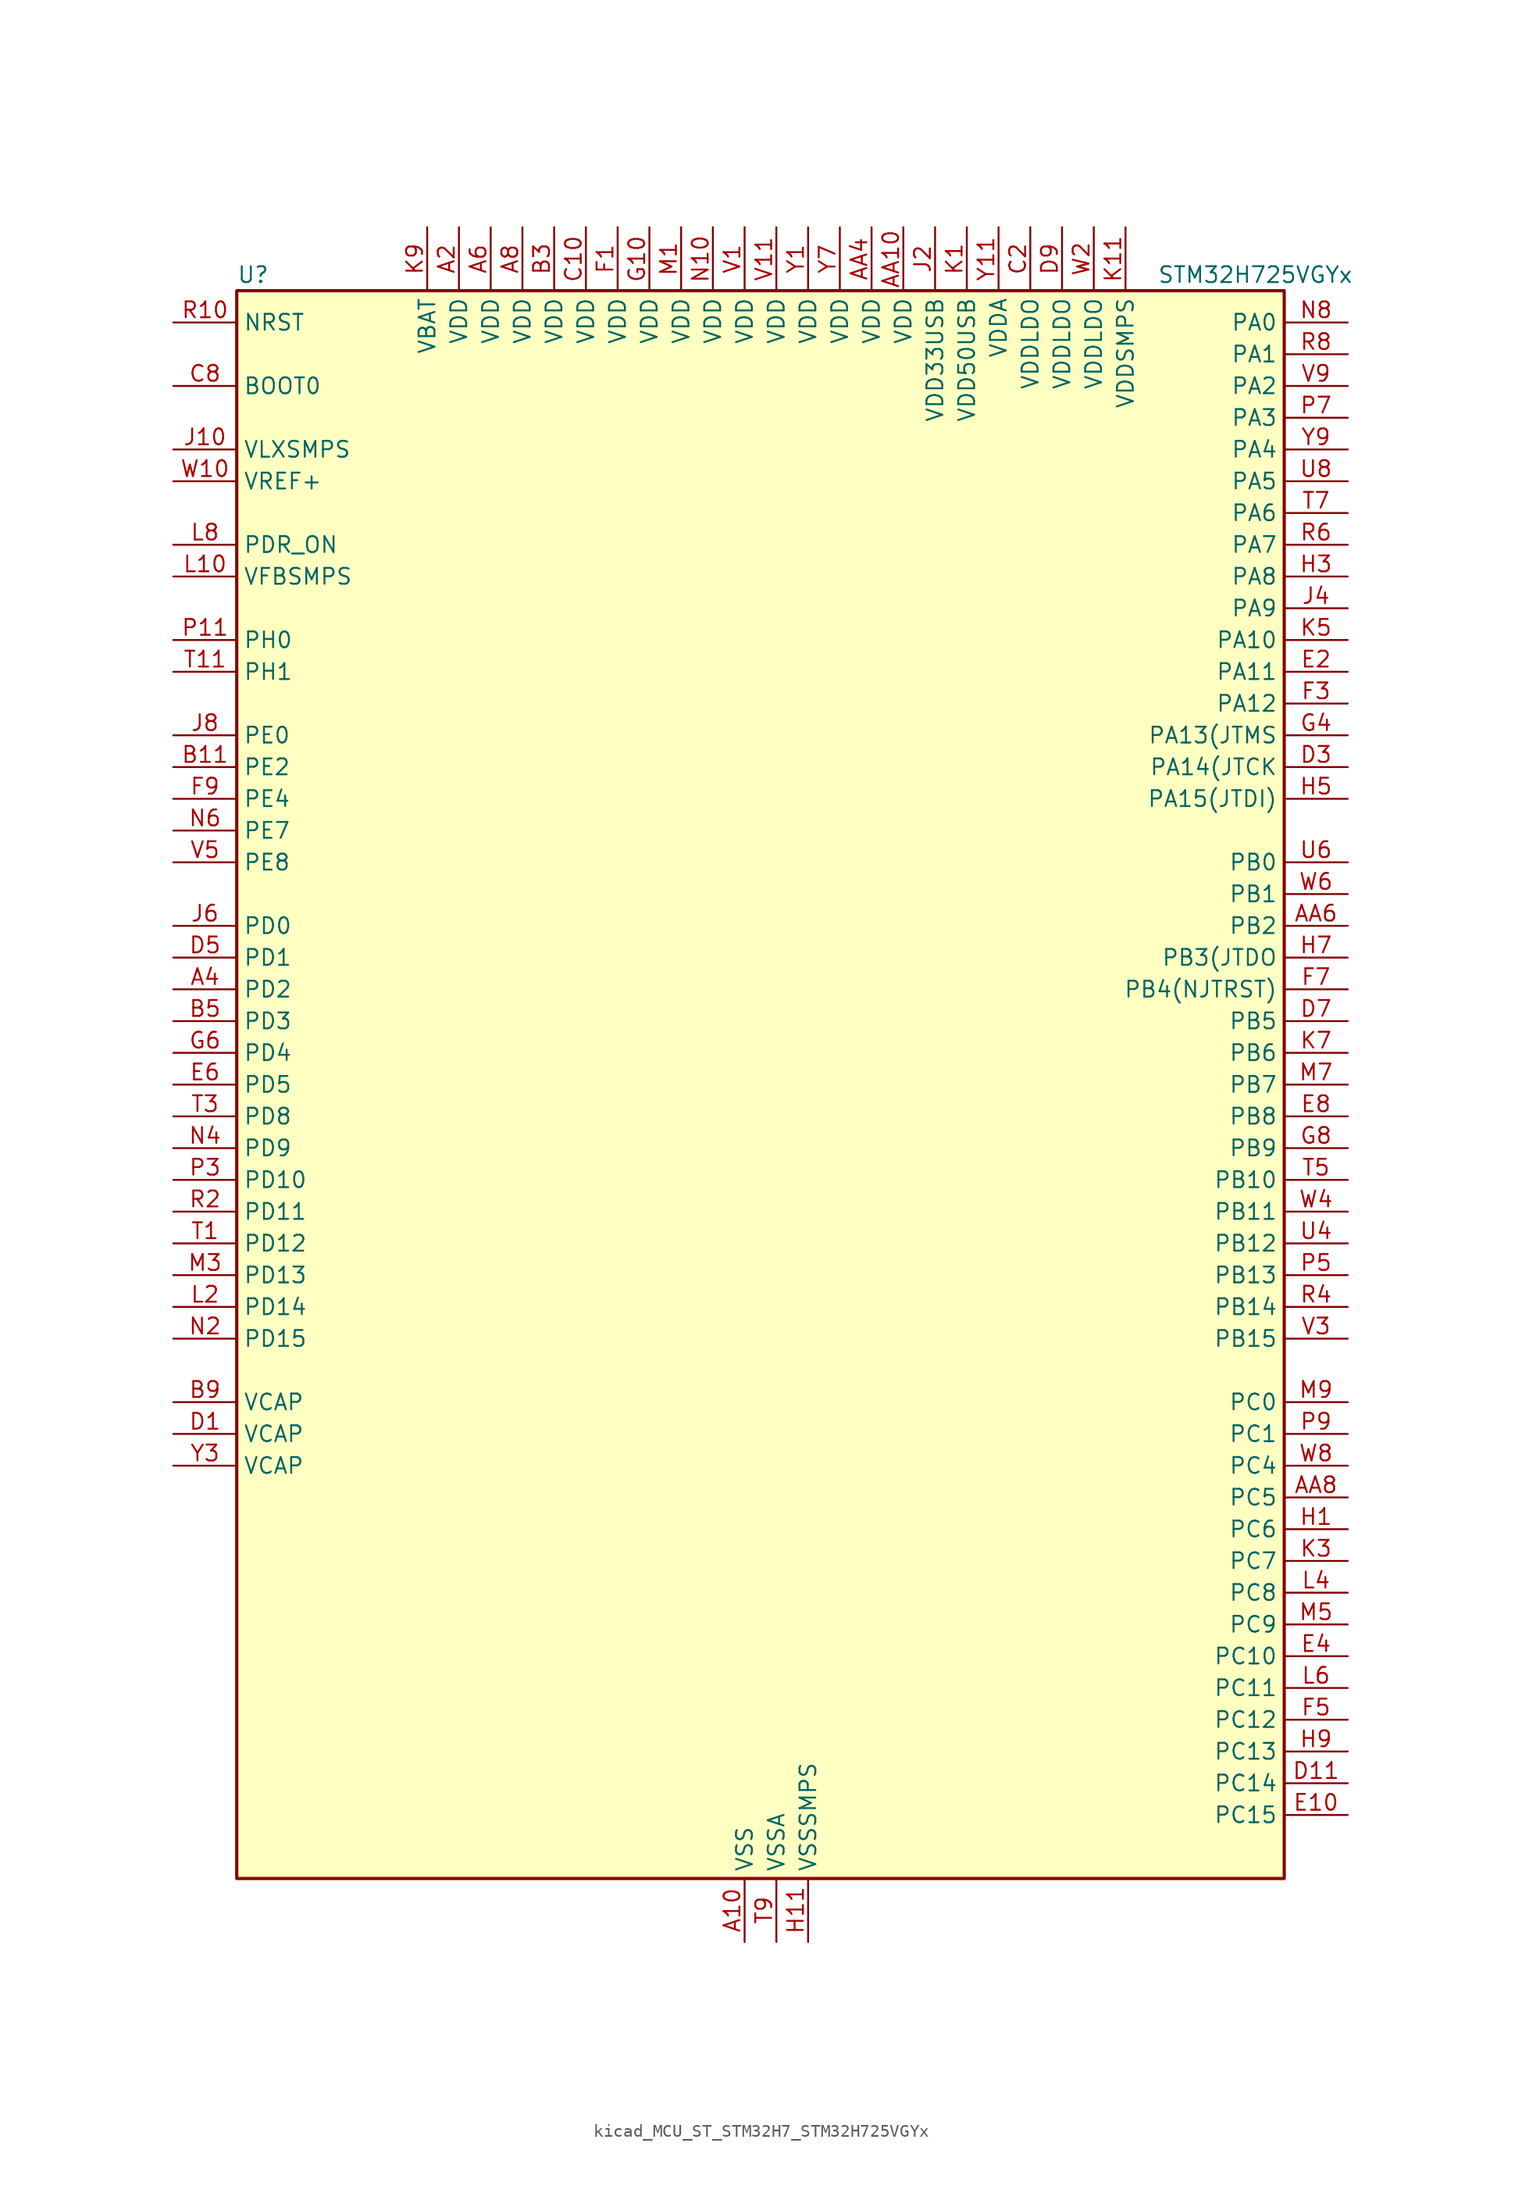
<source format=kicad_sym>
(kicad_symbol_lib
  (version 20220914)
  (generator kicad_symbol_editor)
  (symbol "kicad_MCU_ST_STM32H7_STM32H725VGYx"
    (property "Reference" "U"
      (at -40.64 64.77 0)
      (effects (font (size 1.27 1.27)) (justify left)))
    (property "Value" "STM32H725VGYx"
      (at 33.02 64.77 0)
      (effects (font (size 1.27 1.27)) (justify left)))
    (property "ki_locked" ""
      (at 0 0 0)
      (effects (font (size 1.27 1.27))))
    (symbol "kicad_MCU_ST_STM32H7_STM32H725VGYx_0_1"
      (rectangle (start -40.64 -63.5) (end 43.18 63.5) (stroke (width 0.254) (type default)) (fill (type background))))
    (symbol "kicad_MCU_ST_STM32H7_STM32H725VGYx_1_1"
      (pin power_in line (at 0 -68.58 90) (length 5.08) (name "VSS" (effects (font (size 1.27 1.27)))) (number "A10" (effects (font (size 1.27 1.27)))))
      (pin power_in line (at -22.86 68.58 270) (length 5.08) (name "VDD" (effects (font (size 1.27 1.27)))) (number "A2" (effects (font (size 1.27 1.27)))))
      (pin bidirectional line (at -45.72 7.62 0) (length 5.08) (name "PD2" (effects (font (size 1.27 1.27)))) (number "A4" (effects (font (size 1.27 1.27)))) (alternate "DCMI_D11" bidirectional line) (alternate "DEBUG_TRACED2" bidirectional line) (alternate "FMC_D7" bidirectional line) (alternate "FMC_DA7" bidirectional line) (alternate "LTDC_B2" bidirectional line) (alternate "LTDC_B7" bidirectional line) (alternate "PSSI_D11" bidirectional line) (alternate "SDMMC1_CMD" bidirectional line) (alternate "TIM15_BKIN" bidirectional line) (alternate "TIM3_ETR" bidirectional line) (alternate "UART5_RX" bidirectional line))
      (pin power_in line (at -20.32 68.58 270) (length 5.08) (name "VDD" (effects (font (size 1.27 1.27)))) (number "A6" (effects (font (size 1.27 1.27)))))
      (pin power_in line (at -17.78 68.58 270) (length 5.08) (name "VDD" (effects (font (size 1.27 1.27)))) (number "A8" (effects (font (size 1.27 1.27)))))
      (pin power_in line (at 12.7 68.58 270) (length 5.08) (name "VDD" (effects (font (size 1.27 1.27)))) (number "AA10" (effects (font (size 1.27 1.27)))))
      (pin passive line (at 0 -68.58 90) (length 5.08) hide (name "VSS" (effects (font (size 1.27 1.27)))) (number "AA2" (effects (font (size 1.27 1.27)))))
      (pin power_in line (at 10.16 68.58 270) (length 5.08) (name "VDD" (effects (font (size 1.27 1.27)))) (number "AA4" (effects (font (size 1.27 1.27)))))
      (pin bidirectional line (at 48.26 12.7 180) (length 5.08) (name "PB2" (effects (font (size 1.27 1.27)))) (number "AA6" (effects (font (size 1.27 1.27)))) (alternate "COMP1_INP" bidirectional line) (alternate "DFSDM1_CKIN1" bidirectional line) (alternate "ETH_TX_ER" bidirectional line) (alternate "I2S3_SDO" bidirectional line) (alternate "OCTOSPIM_P1_CLK" bidirectional line) (alternate "OCTOSPIM_P1_DQS" bidirectional line) (alternate "RTC_OUT_ALARM" bidirectional line) (alternate "RTC_OUT_CALIB" bidirectional line) (alternate "SAI1_D1" bidirectional line) (alternate "SAI1_SD_A" bidirectional line) (alternate "SAI4_D1" bidirectional line) (alternate "SAI4_SD_A" bidirectional line) (alternate "SPI3_MOSI" bidirectional line) (alternate "TIM23_ETR" bidirectional line))
      (pin bidirectional line (at 48.26 -33.02 180) (length 5.08) (name "PC5" (effects (font (size 1.27 1.27)))) (number "AA8" (effects (font (size 1.27 1.27)))) (alternate "ADC1_INN4" bidirectional line) (alternate "ADC1_INP8" bidirectional line) (alternate "ADC2_INN4" bidirectional line) (alternate "ADC2_INP8" bidirectional line) (alternate "COMP1_OUT" bidirectional line) (alternate "DFSDM1_DATIN2" bidirectional line) (alternate "ETH_RXD1" bidirectional line) (alternate "FMC_SDCKE0" bidirectional line) (alternate "LTDC_DE" bidirectional line) (alternate "OCTOSPIM_P1_DQS" bidirectional line) (alternate "OPAMP1_VINM" bidirectional line) (alternate "PSSI_D15" bidirectional line) (alternate "SAI1_D3" bidirectional line) (alternate "SAI4_D3" bidirectional line) (alternate "SPDIFRX1_IN3" bidirectional line))
      (pin passive line (at 0 -68.58 90) (length 5.08) hide (name "VSS" (effects (font (size 1.27 1.27)))) (number "B1" (effects (font (size 1.27 1.27)))))
      (pin bidirectional line (at -45.72 25.4 0) (length 5.08) (name "PE2" (effects (font (size 1.27 1.27)))) (number "B11" (effects (font (size 1.27 1.27)))) (alternate "DEBUG_TRACECLK" bidirectional line) (alternate "ETH_TXD3" bidirectional line) (alternate "FMC_A23" bidirectional line) (alternate "OCTOSPIM_P1_IO2" bidirectional line) (alternate "SAI1_CK1" bidirectional line) (alternate "SAI1_MCLK_A" bidirectional line) (alternate "SAI4_CK1" bidirectional line) (alternate "SAI4_MCLK_A" bidirectional line))
      (pin power_in line (at -15.24 68.58 270) (length 5.08) (name "VDD" (effects (font (size 1.27 1.27)))) (number "B3" (effects (font (size 1.27 1.27)))))
      (pin bidirectional line (at -45.72 5.08 0) (length 5.08) (name "PD3" (effects (font (size 1.27 1.27)))) (number "B5" (effects (font (size 1.27 1.27)))) (alternate "DCMI_D5" bidirectional line) (alternate "DFSDM1_CKOUT" bidirectional line) (alternate "FMC_CLK" bidirectional line) (alternate "I2S2_CK" bidirectional line) (alternate "LTDC_G7" bidirectional line) (alternate "PSSI_D5" bidirectional line) (alternate "SPI2_SCK" bidirectional line) (alternate "USART2_CTS" bidirectional line) (alternate "USART2_NSS" bidirectional line))
      (pin passive line (at 0 -68.58 90) (length 5.08) hide (name "VSS" (effects (font (size 1.27 1.27)))) (number "B7" (effects (font (size 1.27 1.27)))))
      (pin power_out line (at -45.72 -25.4 0) (length 5.08) (name "VCAP" (effects (font (size 1.27 1.27)))) (number "B9" (effects (font (size 1.27 1.27)))))
      (pin power_in line (at -12.7 68.58 270) (length 5.08) (name "VDD" (effects (font (size 1.27 1.27)))) (number "C10" (effects (font (size 1.27 1.27)))))
      (pin power_in line (at 22.86 68.58 270) (length 5.08) (name "VDDLDO" (effects (font (size 1.27 1.27)))) (number "C2" (effects (font (size 1.27 1.27)))))
      (pin passive line (at 0 -68.58 90) (length 5.08) hide (name "VSS" (effects (font (size 1.27 1.27)))) (number "C4" (effects (font (size 1.27 1.27)))))
      (pin passive line (at 0 -68.58 90) (length 5.08) hide (name "VSS" (effects (font (size 1.27 1.27)))) (number "C6" (effects (font (size 1.27 1.27)))))
      (pin input line (at -45.72 55.88 0) (length 5.08) (name "BOOT0" (effects (font (size 1.27 1.27)))) (number "C8" (effects (font (size 1.27 1.27)))))
      (pin power_out line (at -45.72 -27.94 0) (length 5.08) (name "VCAP" (effects (font (size 1.27 1.27)))) (number "D1" (effects (font (size 1.27 1.27)))))
      (pin bidirectional line (at 48.26 -55.88 180) (length 5.08) (name "PC14" (effects (font (size 1.27 1.27)))) (number "D11" (effects (font (size 1.27 1.27)))) (alternate "RCC_OSC32_IN" bidirectional line))
      (pin bidirectional line (at 48.26 25.4 180) (length 5.08) (name "PA14(JTCK" (effects (font (size 1.27 1.27)))) (number "D3" (effects (font (size 1.27 1.27)))) (alternate "DEBUG_JTCK-SWCLK" bidirectional line))
      (pin bidirectional line (at -45.72 10.16 0) (length 5.08) (name "PD1" (effects (font (size 1.27 1.27)))) (number "D5" (effects (font (size 1.27 1.27)))) (alternate "DFSDM1_DATIN6" bidirectional line) (alternate "FDCAN1_TX" bidirectional line) (alternate "FMC_D3" bidirectional line) (alternate "FMC_DA3" bidirectional line) (alternate "UART4_TX" bidirectional line))
      (pin bidirectional line (at 48.26 5.08 180) (length 5.08) (name "PB5" (effects (font (size 1.27 1.27)))) (number "D7" (effects (font (size 1.27 1.27)))) (alternate "DCMI_D10" bidirectional line) (alternate "ETH_PPS_OUT" bidirectional line) (alternate "FDCAN2_RX" bidirectional line) (alternate "FMC_SDCKE1" bidirectional line) (alternate "I2C1_SMBA" bidirectional line) (alternate "I2C4_SMBA" bidirectional line) (alternate "I2S1_SDO" bidirectional line) (alternate "I2S3_SDO" bidirectional line) (alternate "I2S6_SDO" bidirectional line) (alternate "LTDC_B5" bidirectional line) (alternate "PSSI_D10" bidirectional line) (alternate "SPI1_MOSI" bidirectional line) (alternate "SPI3_MOSI" bidirectional line) (alternate "SPI6_MOSI" bidirectional line) (alternate "TIM17_BKIN" bidirectional line) (alternate "TIM3_CH2" bidirectional line) (alternate "UART5_RX" bidirectional line) (alternate "USB_OTG_HS_ULPI_D7" bidirectional line))
      (pin power_in line (at 25.4 68.58 270) (length 5.08) (name "VDDLDO" (effects (font (size 1.27 1.27)))) (number "D9" (effects (font (size 1.27 1.27)))))
      (pin bidirectional line (at 48.26 -58.42 180) (length 5.08) (name "PC15" (effects (font (size 1.27 1.27)))) (number "E10" (effects (font (size 1.27 1.27)))) (alternate "ADC1_EXTI15" bidirectional line) (alternate "ADC2_EXTI15" bidirectional line) (alternate "ADC3_EXTI15" bidirectional line) (alternate "RCC_OSC32_OUT" bidirectional line))
      (pin bidirectional line (at 48.26 33.02 180) (length 5.08) (name "PA11" (effects (font (size 1.27 1.27)))) (number "E2" (effects (font (size 1.27 1.27)))) (alternate "ADC1_EXTI11" bidirectional line) (alternate "ADC2_EXTI11" bidirectional line) (alternate "ADC3_EXTI11" bidirectional line) (alternate "FDCAN1_RX" bidirectional line) (alternate "I2S2_WS" bidirectional line) (alternate "LPUART1_CTS" bidirectional line) (alternate "LTDC_R4" bidirectional line) (alternate "SPI2_NSS" bidirectional line) (alternate "TIM1_CH4" bidirectional line) (alternate "UART4_RX" bidirectional line) (alternate "USART1_CTS" bidirectional line) (alternate "USART1_NSS" bidirectional line) (alternate "USB_OTG_HS_DM" bidirectional line))
      (pin bidirectional line (at 48.26 -45.72 180) (length 5.08) (name "PC10" (effects (font (size 1.27 1.27)))) (number "E4" (effects (font (size 1.27 1.27)))) (alternate "DCMI_D8" bidirectional line) (alternate "DFSDM1_CKIN5" bidirectional line) (alternate "I2C5_SDA" bidirectional line) (alternate "I2S3_CK" bidirectional line) (alternate "LTDC_B1" bidirectional line) (alternate "LTDC_R2" bidirectional line) (alternate "OCTOSPIM_P1_IO1" bidirectional line) (alternate "PSSI_D8" bidirectional line) (alternate "SDMMC1_D2" bidirectional line) (alternate "SPI3_SCK" bidirectional line) (alternate "SWPMI1_RX" bidirectional line) (alternate "UART4_TX" bidirectional line) (alternate "USART3_TX" bidirectional line))
      (pin bidirectional line (at -45.72 0 0) (length 5.08) (name "PD5" (effects (font (size 1.27 1.27)))) (number "E6" (effects (font (size 1.27 1.27)))) (alternate "FMC_NWE" bidirectional line) (alternate "OCTOSPIM_P1_IO5" bidirectional line) (alternate "USART2_TX" bidirectional line))
      (pin bidirectional line (at 48.26 -2.54 180) (length 5.08) (name "PB8" (effects (font (size 1.27 1.27)))) (number "E8" (effects (font (size 1.27 1.27)))) (alternate "DCMI_D6" bidirectional line) (alternate "DFSDM1_CKIN7" bidirectional line) (alternate "ETH_TXD3" bidirectional line) (alternate "FDCAN1_RX" bidirectional line) (alternate "I2C1_SCL" bidirectional line) (alternate "I2C4_SCL" bidirectional line) (alternate "LTDC_B6" bidirectional line) (alternate "PSSI_D6" bidirectional line) (alternate "SDMMC1_CKIN" bidirectional line) (alternate "SDMMC1_D4" bidirectional line) (alternate "SDMMC2_D4" bidirectional line) (alternate "TIM16_CH1" bidirectional line) (alternate "TIM4_CH3" bidirectional line) (alternate "UART4_RX" bidirectional line))
      (pin power_in line (at -10.16 68.58 270) (length 5.08) (name "VDD" (effects (font (size 1.27 1.27)))) (number "F1" (effects (font (size 1.27 1.27)))))
      (pin passive line (at 0 -68.58 90) (length 5.08) hide (name "VSS" (effects (font (size 1.27 1.27)))) (number "F11" (effects (font (size 1.27 1.27)))))
      (pin bidirectional line (at 48.26 30.48 180) (length 5.08) (name "PA12" (effects (font (size 1.27 1.27)))) (number "F3" (effects (font (size 1.27 1.27)))) (alternate "FDCAN1_TX" bidirectional line) (alternate "I2S2_CK" bidirectional line) (alternate "LPUART1_DE" bidirectional line) (alternate "LPUART1_RTS" bidirectional line) (alternate "LTDC_R5" bidirectional line) (alternate "SAI4_FS_B" bidirectional line) (alternate "SPI2_SCK" bidirectional line) (alternate "TIM1_BKIN2" bidirectional line) (alternate "TIM1_ETR" bidirectional line) (alternate "UART4_TX" bidirectional line) (alternate "USART1_DE" bidirectional line) (alternate "USART1_RTS" bidirectional line) (alternate "USB_OTG_HS_DP" bidirectional line))
      (pin bidirectional line (at 48.26 -50.8 180) (length 5.08) (name "PC12" (effects (font (size 1.27 1.27)))) (number "F5" (effects (font (size 1.27 1.27)))) (alternate "DCMI_D9" bidirectional line) (alternate "DEBUG_TRACED3" bidirectional line) (alternate "FMC_D6" bidirectional line) (alternate "FMC_DA6" bidirectional line) (alternate "I2C5_SMBA" bidirectional line) (alternate "I2S3_SDO" bidirectional line) (alternate "I2S6_CK" bidirectional line) (alternate "LTDC_R6" bidirectional line) (alternate "PSSI_D9" bidirectional line) (alternate "SDMMC1_CK" bidirectional line) (alternate "SPI3_MOSI" bidirectional line) (alternate "SPI6_SCK" bidirectional line) (alternate "TIM15_CH1" bidirectional line) (alternate "UART5_TX" bidirectional line) (alternate "USART3_CK" bidirectional line))
      (pin bidirectional line (at 48.26 7.62 180) (length 5.08) (name "PB4(NJTRST)" (effects (font (size 1.27 1.27)))) (number "F7" (effects (font (size 1.27 1.27)))) (alternate "DEBUG_JTRST" bidirectional line) (alternate "I2S1_SDI" bidirectional line) (alternate "I2S2_WS" bidirectional line) (alternate "I2S3_SDI" bidirectional line) (alternate "I2S6_SDI" bidirectional line) (alternate "SDMMC2_D3" bidirectional line) (alternate "SPI1_MISO" bidirectional line) (alternate "SPI2_NSS" bidirectional line) (alternate "SPI3_MISO" bidirectional line) (alternate "SPI6_MISO" bidirectional line) (alternate "TIM16_BKIN" bidirectional line) (alternate "TIM3_CH1" bidirectional line) (alternate "UART7_TX" bidirectional line))
      (pin bidirectional line (at -45.72 22.86 0) (length 5.08) (name "PE4" (effects (font (size 1.27 1.27)))) (number "F9" (effects (font (size 1.27 1.27)))) (alternate "DCMI_D4" bidirectional line) (alternate "DEBUG_TRACED1" bidirectional line) (alternate "DFSDM1_DATIN3" bidirectional line) (alternate "FMC_A20" bidirectional line) (alternate "LTDC_B0" bidirectional line) (alternate "PSSI_D4" bidirectional line) (alternate "SAI1_D2" bidirectional line) (alternate "SAI1_FS_A" bidirectional line) (alternate "SAI4_D2" bidirectional line) (alternate "SAI4_FS_A" bidirectional line) (alternate "TIM15_CH1N" bidirectional line))
      (pin power_in line (at -7.62 68.58 270) (length 5.08) (name "VDD" (effects (font (size 1.27 1.27)))) (number "G10" (effects (font (size 1.27 1.27)))))
      (pin passive line (at 0 -68.58 90) (length 5.08) hide (name "VSS" (effects (font (size 1.27 1.27)))) (number "G2" (effects (font (size 1.27 1.27)))))
      (pin bidirectional line (at 48.26 27.94 180) (length 5.08) (name "PA13(JTMS" (effects (font (size 1.27 1.27)))) (number "G4" (effects (font (size 1.27 1.27)))) (alternate "DEBUG_JTMS-SWDIO" bidirectional line))
      (pin bidirectional line (at -45.72 2.54 0) (length 5.08) (name "PD4" (effects (font (size 1.27 1.27)))) (number "G6" (effects (font (size 1.27 1.27)))) (alternate "FMC_NOE" bidirectional line) (alternate "OCTOSPIM_P1_IO4" bidirectional line) (alternate "USART2_DE" bidirectional line) (alternate "USART2_RTS" bidirectional line))
      (pin bidirectional line (at 48.26 -5.08 180) (length 5.08) (name "PB9" (effects (font (size 1.27 1.27)))) (number "G8" (effects (font (size 1.27 1.27)))) (alternate "DAC1_EXTI9" bidirectional line) (alternate "DCMI_D7" bidirectional line) (alternate "DFSDM1_DATIN7" bidirectional line) (alternate "FDCAN1_TX" bidirectional line) (alternate "I2C1_SDA" bidirectional line) (alternate "I2C4_SDA" bidirectional line) (alternate "I2C4_SMBA" bidirectional line) (alternate "I2S2_WS" bidirectional line) (alternate "LTDC_B7" bidirectional line) (alternate "PSSI_D7" bidirectional line) (alternate "SDMMC1_CDIR" bidirectional line) (alternate "SDMMC1_D5" bidirectional line) (alternate "SDMMC2_D5" bidirectional line) (alternate "SPI2_NSS" bidirectional line) (alternate "TIM17_CH1" bidirectional line) (alternate "TIM4_CH4" bidirectional line) (alternate "UART4_TX" bidirectional line))
      (pin bidirectional line (at 48.26 -35.56 180) (length 5.08) (name "PC6" (effects (font (size 1.27 1.27)))) (number "H1" (effects (font (size 1.27 1.27)))) (alternate "DCMI_D0" bidirectional line) (alternate "DFSDM1_CKIN3" bidirectional line) (alternate "FMC_NWAIT" bidirectional line) (alternate "I2S2_MCK" bidirectional line) (alternate "LTDC_HSYNC" bidirectional line) (alternate "PSSI_D0" bidirectional line) (alternate "SDMMC1_D0DIR" bidirectional line) (alternate "SDMMC1_D6" bidirectional line) (alternate "SDMMC2_D6" bidirectional line) (alternate "SWPMI1_IO" bidirectional line) (alternate "TIM3_CH1" bidirectional line) (alternate "TIM8_CH1" bidirectional line) (alternate "USART6_TX" bidirectional line))
      (pin power_in line (at 5.08 -68.58 90) (length 5.08) (name "VSSSMPS" (effects (font (size 1.27 1.27)))) (number "H11" (effects (font (size 1.27 1.27)))))
      (pin bidirectional line (at 48.26 40.64 180) (length 5.08) (name "PA8" (effects (font (size 1.27 1.27)))) (number "H3" (effects (font (size 1.27 1.27)))) (alternate "I2C3_SCL" bidirectional line) (alternate "I2C5_SCL" bidirectional line) (alternate "LTDC_B3" bidirectional line) (alternate "LTDC_R6" bidirectional line) (alternate "RCC_MCO_1" bidirectional line) (alternate "TIM1_CH1" bidirectional line) (alternate "TIM8_BKIN2" bidirectional line) (alternate "TIM8_BKIN2_COMP1" bidirectional line) (alternate "TIM8_BKIN2_COMP2" bidirectional line) (alternate "UART7_RX" bidirectional line) (alternate "USART1_CK" bidirectional line) (alternate "USB_OTG_HS_SOF" bidirectional line))
      (pin bidirectional line (at 48.26 22.86 180) (length 5.08) (name "PA15(JTDI)" (effects (font (size 1.27 1.27)))) (number "H5" (effects (font (size 1.27 1.27)))) (alternate "ADC1_EXTI15" bidirectional line) (alternate "ADC2_EXTI15" bidirectional line) (alternate "ADC3_EXTI15" bidirectional line) (alternate "CEC" bidirectional line) (alternate "DEBUG_JTDI" bidirectional line) (alternate "I2S1_WS" bidirectional line) (alternate "I2S3_WS" bidirectional line) (alternate "I2S6_WS" bidirectional line) (alternate "LTDC_B6" bidirectional line) (alternate "LTDC_R3" bidirectional line) (alternate "SPI1_NSS" bidirectional line) (alternate "SPI3_NSS" bidirectional line) (alternate "SPI6_NSS" bidirectional line) (alternate "TIM2_CH1" bidirectional line) (alternate "TIM2_ETR" bidirectional line) (alternate "UART4_DE" bidirectional line) (alternate "UART4_RTS" bidirectional line) (alternate "UART7_TX" bidirectional line))
      (pin bidirectional line (at 48.26 10.16 180) (length 5.08) (name "PB3(JTDO" (effects (font (size 1.27 1.27)))) (number "H7" (effects (font (size 1.27 1.27)))) (alternate "CRS_SYNC" bidirectional line) (alternate "DEBUG_JTDO-SWO" bidirectional line) (alternate "I2S1_CK" bidirectional line) (alternate "I2S3_CK" bidirectional line) (alternate "I2S6_CK" bidirectional line) (alternate "SDMMC2_D2" bidirectional line) (alternate "SPI1_SCK" bidirectional line) (alternate "SPI3_SCK" bidirectional line) (alternate "SPI6_SCK" bidirectional line) (alternate "TIM24_ETR" bidirectional line) (alternate "TIM2_CH2" bidirectional line) (alternate "UART7_RX" bidirectional line))
      (pin bidirectional line (at 48.26 -53.34 180) (length 5.08) (name "PC13" (effects (font (size 1.27 1.27)))) (number "H9" (effects (font (size 1.27 1.27)))) (alternate "PWR_WKUP4" bidirectional line) (alternate "RTC_OUT_ALARM" bidirectional line) (alternate "RTC_OUT_CALIB" bidirectional line) (alternate "RTC_TAMP1" bidirectional line) (alternate "RTC_TS" bidirectional line))
      (pin power_in line (at -45.72 50.8 0) (length 5.08) (name "VLXSMPS" (effects (font (size 1.27 1.27)))) (number "J10" (effects (font (size 1.27 1.27)))))
      (pin power_in line (at 15.24 68.58 270) (length 5.08) (name "VDD33USB" (effects (font (size 1.27 1.27)))) (number "J2" (effects (font (size 1.27 1.27)))))
      (pin bidirectional line (at 48.26 38.1 180) (length 5.08) (name "PA9" (effects (font (size 1.27 1.27)))) (number "J4" (effects (font (size 1.27 1.27)))) (alternate "DAC1_EXTI9" bidirectional line) (alternate "DCMI_D0" bidirectional line) (alternate "ETH_TX_ER" bidirectional line) (alternate "I2C3_SMBA" bidirectional line) (alternate "I2C5_SMBA" bidirectional line) (alternate "I2S2_CK" bidirectional line) (alternate "LPUART1_TX" bidirectional line) (alternate "LTDC_R5" bidirectional line) (alternate "PSSI_D0" bidirectional line) (alternate "SPI2_SCK" bidirectional line) (alternate "TIM1_CH2" bidirectional line) (alternate "USART1_TX" bidirectional line) (alternate "USB_OTG_HS_VBUS" bidirectional line))
      (pin bidirectional line (at -45.72 12.7 0) (length 5.08) (name "PD0" (effects (font (size 1.27 1.27)))) (number "J6" (effects (font (size 1.27 1.27)))) (alternate "DFSDM1_CKIN6" bidirectional line) (alternate "FDCAN1_RX" bidirectional line) (alternate "FMC_D2" bidirectional line) (alternate "FMC_DA2" bidirectional line) (alternate "LTDC_B1" bidirectional line) (alternate "UART4_RX" bidirectional line) (alternate "UART9_CTS" bidirectional line))
      (pin bidirectional line (at -45.72 27.94 0) (length 5.08) (name "PE0" (effects (font (size 1.27 1.27)))) (number "J8" (effects (font (size 1.27 1.27)))) (alternate "DCMI_D2" bidirectional line) (alternate "FMC_NBL0" bidirectional line) (alternate "LPTIM1_ETR" bidirectional line) (alternate "LPTIM2_ETR" bidirectional line) (alternate "LTDC_R0" bidirectional line) (alternate "PSSI_D2" bidirectional line) (alternate "SAI4_MCLK_A" bidirectional line) (alternate "TIM4_ETR" bidirectional line))
      (pin power_in line (at 17.78 68.58 270) (length 5.08) (name "VDD50USB" (effects (font (size 1.27 1.27)))) (number "K1" (effects (font (size 1.27 1.27)))))
      (pin power_in line (at 30.48 68.58 270) (length 5.08) (name "VDDSMPS" (effects (font (size 1.27 1.27)))) (number "K11" (effects (font (size 1.27 1.27)))))
      (pin bidirectional line (at 48.26 -38.1 180) (length 5.08) (name "PC7" (effects (font (size 1.27 1.27)))) (number "K3" (effects (font (size 1.27 1.27)))) (alternate "DCMI_D1" bidirectional line) (alternate "DEBUG_TRGIO" bidirectional line) (alternate "DFSDM1_DATIN3" bidirectional line) (alternate "FMC_NE1" bidirectional line) (alternate "I2S3_MCK" bidirectional line) (alternate "LTDC_G6" bidirectional line) (alternate "PSSI_D1" bidirectional line) (alternate "SDMMC1_D123DIR" bidirectional line) (alternate "SDMMC1_D7" bidirectional line) (alternate "SDMMC2_D7" bidirectional line) (alternate "SWPMI1_TX" bidirectional line) (alternate "TIM3_CH2" bidirectional line) (alternate "TIM8_CH2" bidirectional line) (alternate "USART6_RX" bidirectional line))
      (pin bidirectional line (at 48.26 35.56 180) (length 5.08) (name "PA10" (effects (font (size 1.27 1.27)))) (number "K5" (effects (font (size 1.27 1.27)))) (alternate "DCMI_D1" bidirectional line) (alternate "LPUART1_RX" bidirectional line) (alternate "LTDC_B1" bidirectional line) (alternate "LTDC_B4" bidirectional line) (alternate "MDIOS_MDIO" bidirectional line) (alternate "PSSI_D1" bidirectional line) (alternate "TIM1_CH3" bidirectional line) (alternate "USART1_RX" bidirectional line) (alternate "USB_OTG_HS_ID" bidirectional line))
      (pin bidirectional line (at 48.26 2.54 180) (length 5.08) (name "PB6" (effects (font (size 1.27 1.27)))) (number "K7" (effects (font (size 1.27 1.27)))) (alternate "CEC" bidirectional line) (alternate "DCMI_D5" bidirectional line) (alternate "DFSDM1_DATIN5" bidirectional line) (alternate "FDCAN2_TX" bidirectional line) (alternate "FMC_SDNE1" bidirectional line) (alternate "I2C1_SCL" bidirectional line) (alternate "I2C4_SCL" bidirectional line) (alternate "LPUART1_TX" bidirectional line) (alternate "OCTOSPIM_P1_NCS" bidirectional line) (alternate "PSSI_D5" bidirectional line) (alternate "TIM16_CH1N" bidirectional line) (alternate "TIM4_CH1" bidirectional line) (alternate "UART5_TX" bidirectional line) (alternate "USART1_TX" bidirectional line))
      (pin power_in line (at -25.4 68.58 270) (length 5.08) (name "VBAT" (effects (font (size 1.27 1.27)))) (number "K9" (effects (font (size 1.27 1.27)))))
      (pin input line (at -45.72 40.64 0) (length 5.08) (name "VFBSMPS" (effects (font (size 1.27 1.27)))) (number "L10" (effects (font (size 1.27 1.27)))))
      (pin bidirectional line (at -45.72 -17.78 0) (length 5.08) (name "PD14" (effects (font (size 1.27 1.27)))) (number "L2" (effects (font (size 1.27 1.27)))) (alternate "FMC_D0" bidirectional line) (alternate "FMC_DA0" bidirectional line) (alternate "TIM4_CH3" bidirectional line) (alternate "UART9_RX" bidirectional line))
      (pin bidirectional line (at 48.26 -40.64 180) (length 5.08) (name "PC8" (effects (font (size 1.27 1.27)))) (number "L4" (effects (font (size 1.27 1.27)))) (alternate "DCMI_D2" bidirectional line) (alternate "DEBUG_TRACED1" bidirectional line) (alternate "FMC_INT" bidirectional line) (alternate "FMC_NCE" bidirectional line) (alternate "FMC_NE2" bidirectional line) (alternate "PSSI_D2" bidirectional line) (alternate "SDMMC1_D0" bidirectional line) (alternate "SWPMI1_RX" bidirectional line) (alternate "TIM3_CH3" bidirectional line) (alternate "TIM8_CH3" bidirectional line) (alternate "UART5_DE" bidirectional line) (alternate "UART5_RTS" bidirectional line) (alternate "USART6_CK" bidirectional line))
      (pin bidirectional line (at 48.26 -48.26 180) (length 5.08) (name "PC11" (effects (font (size 1.27 1.27)))) (number "L6" (effects (font (size 1.27 1.27)))) (alternate "ADC1_EXTI11" bidirectional line) (alternate "ADC2_EXTI11" bidirectional line) (alternate "ADC3_EXTI11" bidirectional line) (alternate "DCMI_D4" bidirectional line) (alternate "DFSDM1_DATIN5" bidirectional line) (alternate "I2C5_SCL" bidirectional line) (alternate "I2S3_SDI" bidirectional line) (alternate "LTDC_B4" bidirectional line) (alternate "OCTOSPIM_P1_NCS" bidirectional line) (alternate "PSSI_D4" bidirectional line) (alternate "SDMMC1_D3" bidirectional line) (alternate "SPI3_MISO" bidirectional line) (alternate "UART4_RX" bidirectional line) (alternate "USART3_RX" bidirectional line))
      (pin input line (at -45.72 43.18 0) (length 5.08) (name "PDR_ON" (effects (font (size 1.27 1.27)))) (number "L8" (effects (font (size 1.27 1.27)))))
      (pin power_in line (at -5.08 68.58 270) (length 5.08) (name "VDD" (effects (font (size 1.27 1.27)))) (number "M1" (effects (font (size 1.27 1.27)))))
      (pin passive line (at 0 -68.58 90) (length 5.08) hide (name "VSS" (effects (font (size 1.27 1.27)))) (number "M11" (effects (font (size 1.27 1.27)))))
      (pin bidirectional line (at -45.72 -15.24 0) (length 5.08) (name "PD13" (effects (font (size 1.27 1.27)))) (number "M3" (effects (font (size 1.27 1.27)))) (alternate "DCMI_D13" bidirectional line) (alternate "FDCAN3_TX" bidirectional line) (alternate "FMC_A18" bidirectional line) (alternate "I2C4_SDA" bidirectional line) (alternate "LPTIM1_OUT" bidirectional line) (alternate "OCTOSPIM_P1_IO3" bidirectional line) (alternate "PSSI_D13" bidirectional line) (alternate "SAI4_SCK_A" bidirectional line) (alternate "TIM4_CH2" bidirectional line) (alternate "UART9_DE" bidirectional line) (alternate "UART9_RTS" bidirectional line))
      (pin bidirectional line (at 48.26 -43.18 180) (length 5.08) (name "PC9" (effects (font (size 1.27 1.27)))) (number "M5" (effects (font (size 1.27 1.27)))) (alternate "DAC1_EXTI9" bidirectional line) (alternate "DCMI_D3" bidirectional line) (alternate "I2C3_SDA" bidirectional line) (alternate "I2C5_SDA" bidirectional line) (alternate "I2S_CKIN" bidirectional line) (alternate "LTDC_B2" bidirectional line) (alternate "LTDC_G3" bidirectional line) (alternate "OCTOSPIM_P1_IO0" bidirectional line) (alternate "PSSI_D3" bidirectional line) (alternate "RCC_MCO_2" bidirectional line) (alternate "SDMMC1_D1" bidirectional line) (alternate "SWPMI1_SUSPEND" bidirectional line) (alternate "TIM3_CH4" bidirectional line) (alternate "TIM8_CH4" bidirectional line) (alternate "UART5_CTS" bidirectional line))
      (pin bidirectional line (at 48.26 0 180) (length 5.08) (name "PB7" (effects (font (size 1.27 1.27)))) (number "M7" (effects (font (size 1.27 1.27)))) (alternate "DCMI_VSYNC" bidirectional line) (alternate "DFSDM1_CKIN5" bidirectional line) (alternate "FMC_NL" bidirectional line) (alternate "I2C1_SDA" bidirectional line) (alternate "I2C4_SDA" bidirectional line) (alternate "LPUART1_RX" bidirectional line) (alternate "PSSI_RDY" bidirectional line) (alternate "PWR_PVD_IN" bidirectional line) (alternate "TIM17_CH1N" bidirectional line) (alternate "TIM4_CH2" bidirectional line) (alternate "USART1_RX" bidirectional line))
      (pin bidirectional line (at 48.26 -25.4 180) (length 5.08) (name "PC0" (effects (font (size 1.27 1.27)))) (number "M9" (effects (font (size 1.27 1.27)))) (alternate "ADC1_INP10" bidirectional line) (alternate "ADC2_INP10" bidirectional line) (alternate "ADC3_INP10" bidirectional line) (alternate "DFSDM1_CKIN0" bidirectional line) (alternate "DFSDM1_DATIN4" bidirectional line) (alternate "FMC_A25" bidirectional line) (alternate "FMC_D12" bidirectional line) (alternate "FMC_DA12" bidirectional line) (alternate "FMC_SDNWE" bidirectional line) (alternate "LTDC_G2" bidirectional line) (alternate "LTDC_R5" bidirectional line) (alternate "SAI4_FS_B" bidirectional line) (alternate "USB_OTG_HS_ULPI_STP" bidirectional line))
      (pin power_in line (at -2.54 68.58 270) (length 5.08) (name "VDD" (effects (font (size 1.27 1.27)))) (number "N10" (effects (font (size 1.27 1.27)))))
      (pin bidirectional line (at -45.72 -20.32 0) (length 5.08) (name "PD15" (effects (font (size 1.27 1.27)))) (number "N2" (effects (font (size 1.27 1.27)))) (alternate "ADC1_EXTI15" bidirectional line) (alternate "ADC2_EXTI15" bidirectional line) (alternate "ADC3_EXTI15" bidirectional line) (alternate "FMC_D1" bidirectional line) (alternate "FMC_DA1" bidirectional line) (alternate "TIM4_CH4" bidirectional line) (alternate "UART9_TX" bidirectional line))
      (pin bidirectional line (at -45.72 -5.08 0) (length 5.08) (name "PD9" (effects (font (size 1.27 1.27)))) (number "N4" (effects (font (size 1.27 1.27)))) (alternate "DAC1_EXTI9" bidirectional line) (alternate "DFSDM1_DATIN3" bidirectional line) (alternate "FMC_D14" bidirectional line) (alternate "FMC_DA14" bidirectional line) (alternate "USART3_RX" bidirectional line))
      (pin bidirectional line (at -45.72 20.32 0) (length 5.08) (name "PE7" (effects (font (size 1.27 1.27)))) (number "N6" (effects (font (size 1.27 1.27)))) (alternate "COMP2_INM" bidirectional line) (alternate "DFSDM1_DATIN2" bidirectional line) (alternate "FMC_D4" bidirectional line) (alternate "FMC_DA4" bidirectional line) (alternate "OCTOSPIM_P1_IO4" bidirectional line) (alternate "OPAMP2_VOUT" bidirectional line) (alternate "TIM1_ETR" bidirectional line) (alternate "UART7_RX" bidirectional line))
      (pin bidirectional line (at 48.26 60.96 180) (length 5.08) (name "PA0" (effects (font (size 1.27 1.27)))) (number "N8" (effects (font (size 1.27 1.27)))) (alternate "ADC1_INP16" bidirectional line) (alternate "ETH_CRS" bidirectional line) (alternate "FMC_A19" bidirectional line) (alternate "I2S6_WS" bidirectional line) (alternate "PWR_WKUP1" bidirectional line) (alternate "SAI4_SD_B" bidirectional line) (alternate "SDMMC2_CMD" bidirectional line) (alternate "SPI6_NSS" bidirectional line) (alternate "TIM15_BKIN" bidirectional line) (alternate "TIM2_CH1" bidirectional line) (alternate "TIM2_ETR" bidirectional line) (alternate "TIM5_CH1" bidirectional line) (alternate "TIM8_ETR" bidirectional line) (alternate "UART4_TX" bidirectional line) (alternate "USART2_CTS" bidirectional line) (alternate "USART2_NSS" bidirectional line))
      (pin passive line (at 0 -68.58 90) (length 5.08) hide (name "VSS" (effects (font (size 1.27 1.27)))) (number "P1" (effects (font (size 1.27 1.27)))))
      (pin bidirectional line (at -45.72 35.56 0) (length 5.08) (name "PH0" (effects (font (size 1.27 1.27)))) (number "P11" (effects (font (size 1.27 1.27)))) (alternate "RCC_OSC_IN" bidirectional line))
      (pin bidirectional line (at -45.72 -7.62 0) (length 5.08) (name "PD10" (effects (font (size 1.27 1.27)))) (number "P3" (effects (font (size 1.27 1.27)))) (alternate "DFSDM1_CKOUT" bidirectional line) (alternate "FMC_D15" bidirectional line) (alternate "FMC_DA15" bidirectional line) (alternate "LTDC_B3" bidirectional line) (alternate "USART3_CK" bidirectional line))
      (pin bidirectional line (at 48.26 -15.24 180) (length 5.08) (name "PB13" (effects (font (size 1.27 1.27)))) (number "P5" (effects (font (size 1.27 1.27)))) (alternate "DCMI_D2" bidirectional line) (alternate "DFSDM1_CKIN1" bidirectional line) (alternate "ETH_TXD1" bidirectional line) (alternate "FDCAN2_TX" bidirectional line) (alternate "I2S2_CK" bidirectional line) (alternate "LPTIM2_OUT" bidirectional line) (alternate "OCTOSPIM_P1_IO2" bidirectional line) (alternate "PSSI_D2" bidirectional line) (alternate "SDMMC1_D0" bidirectional line) (alternate "SPI2_SCK" bidirectional line) (alternate "TIM1_CH1N" bidirectional line) (alternate "UART5_TX" bidirectional line) (alternate "USART3_CTS" bidirectional line) (alternate "USART3_NSS" bidirectional line) (alternate "USB_OTG_HS_ULPI_D6" bidirectional line))
      (pin bidirectional line (at 48.26 53.34 180) (length 5.08) (name "PA3" (effects (font (size 1.27 1.27)))) (number "P7" (effects (font (size 1.27 1.27)))) (alternate "ADC1_INP15" bidirectional line) (alternate "ADC2_INP15" bidirectional line) (alternate "ETH_COL" bidirectional line) (alternate "I2S6_MCK" bidirectional line) (alternate "LPTIM5_OUT" bidirectional line) (alternate "LTDC_B2" bidirectional line) (alternate "LTDC_B5" bidirectional line) (alternate "OCTOSPIM_P1_CLK" bidirectional line) (alternate "OCTOSPIM_P1_IO2" bidirectional line) (alternate "TIM15_CH2" bidirectional line) (alternate "TIM2_CH4" bidirectional line) (alternate "TIM5_CH4" bidirectional line) (alternate "USART2_RX" bidirectional line) (alternate "USB_OTG_HS_ULPI_D0" bidirectional line))
      (pin bidirectional line (at 48.26 -27.94 180) (length 5.08) (name "PC1" (effects (font (size 1.27 1.27)))) (number "P9" (effects (font (size 1.27 1.27)))) (alternate "ADC1_INN10" bidirectional line) (alternate "ADC1_INP11" bidirectional line) (alternate "ADC2_INN10" bidirectional line) (alternate "ADC2_INP11" bidirectional line) (alternate "ADC3_INN10" bidirectional line) (alternate "ADC3_INP11" bidirectional line) (alternate "DEBUG_TRACED0" bidirectional line) (alternate "DFSDM1_CKIN4" bidirectional line) (alternate "DFSDM1_DATIN0" bidirectional line) (alternate "ETH_MDC" bidirectional line) (alternate "I2S2_SDO" bidirectional line) (alternate "LTDC_G5" bidirectional line) (alternate "MDIOS_MDC" bidirectional line) (alternate "OCTOSPIM_P1_IO4" bidirectional line) (alternate "PWR_WKUP6" bidirectional line) (alternate "RTC_TAMP3" bidirectional line) (alternate "SAI1_D1" bidirectional line) (alternate "SAI1_SD_A" bidirectional line) (alternate "SAI4_D1" bidirectional line) (alternate "SAI4_SD_A" bidirectional line) (alternate "SDMMC2_CK" bidirectional line) (alternate "SPI2_MOSI" bidirectional line))
      (pin input line (at -45.72 60.96 0) (length 5.08) (name "NRST" (effects (font (size 1.27 1.27)))) (number "R10" (effects (font (size 1.27 1.27)))))
      (pin bidirectional line (at -45.72 -10.16 0) (length 5.08) (name "PD11" (effects (font (size 1.27 1.27)))) (number "R2" (effects (font (size 1.27 1.27)))) (alternate "ADC1_EXTI11" bidirectional line) (alternate "ADC2_EXTI11" bidirectional line) (alternate "ADC3_EXTI11" bidirectional line) (alternate "FMC_A16" bidirectional line) (alternate "FMC_CLE" bidirectional line) (alternate "I2C4_SMBA" bidirectional line) (alternate "LPTIM2_IN2" bidirectional line) (alternate "OCTOSPIM_P1_IO0" bidirectional line) (alternate "SAI4_SD_A" bidirectional line) (alternate "USART3_CTS" bidirectional line) (alternate "USART3_NSS" bidirectional line))
      (pin bidirectional line (at 48.26 -17.78 180) (length 5.08) (name "PB14" (effects (font (size 1.27 1.27)))) (number "R4" (effects (font (size 1.27 1.27)))) (alternate "DFSDM1_DATIN2" bidirectional line) (alternate "FMC_D10" bidirectional line) (alternate "FMC_DA10" bidirectional line) (alternate "I2S2_SDI" bidirectional line) (alternate "LTDC_CLK" bidirectional line) (alternate "SDMMC2_D0" bidirectional line) (alternate "SPI2_MISO" bidirectional line) (alternate "TIM12_CH1" bidirectional line) (alternate "TIM1_CH2N" bidirectional line) (alternate "TIM8_CH2N" bidirectional line) (alternate "UART4_DE" bidirectional line) (alternate "UART4_RTS" bidirectional line) (alternate "USART1_TX" bidirectional line) (alternate "USART3_DE" bidirectional line) (alternate "USART3_RTS" bidirectional line))
      (pin bidirectional line (at 48.26 43.18 180) (length 5.08) (name "PA7" (effects (font (size 1.27 1.27)))) (number "R6" (effects (font (size 1.27 1.27)))) (alternate "ADC1_INN3" bidirectional line) (alternate "ADC1_INP7" bidirectional line) (alternate "ADC2_INN3" bidirectional line) (alternate "ADC2_INP7" bidirectional line) (alternate "ETH_CRS_DV" bidirectional line) (alternate "ETH_RX_DV" bidirectional line) (alternate "FMC_SDNWE" bidirectional line) (alternate "I2S1_SDO" bidirectional line) (alternate "I2S6_SDO" bidirectional line) (alternate "LTDC_VSYNC" bidirectional line) (alternate "OCTOSPIM_P1_IO2" bidirectional line) (alternate "OPAMP1_VINM" bidirectional line) (alternate "SPI1_MOSI" bidirectional line) (alternate "SPI6_MOSI" bidirectional line) (alternate "TIM14_CH1" bidirectional line) (alternate "TIM1_CH1N" bidirectional line) (alternate "TIM3_CH2" bidirectional line) (alternate "TIM8_CH1N" bidirectional line))
      (pin bidirectional line (at 48.26 58.42 180) (length 5.08) (name "PA1" (effects (font (size 1.27 1.27)))) (number "R8" (effects (font (size 1.27 1.27)))) (alternate "ADC1_INN16" bidirectional line) (alternate "ADC1_INP17" bidirectional line) (alternate "ETH_REF_CLK" bidirectional line) (alternate "ETH_RX_CLK" bidirectional line) (alternate "LPTIM3_OUT" bidirectional line) (alternate "LTDC_R2" bidirectional line) (alternate "OCTOSPIM_P1_DQS" bidirectional line) (alternate "OCTOSPIM_P1_IO3" bidirectional line) (alternate "SAI4_MCLK_B" bidirectional line) (alternate "TIM15_CH1N" bidirectional line) (alternate "TIM2_CH2" bidirectional line) (alternate "TIM5_CH2" bidirectional line) (alternate "UART4_RX" bidirectional line) (alternate "USART2_DE" bidirectional line) (alternate "USART2_RTS" bidirectional line))
      (pin bidirectional line (at -45.72 -12.7 0) (length 5.08) (name "PD12" (effects (font (size 1.27 1.27)))) (number "T1" (effects (font (size 1.27 1.27)))) (alternate "DCMI_D12" bidirectional line) (alternate "FDCAN3_RX" bidirectional line) (alternate "FMC_A17" bidirectional line) (alternate "FMC_ALE" bidirectional line) (alternate "I2C4_SCL" bidirectional line) (alternate "LPTIM1_IN1" bidirectional line) (alternate "LPTIM2_IN1" bidirectional line) (alternate "OCTOSPIM_P1_IO1" bidirectional line) (alternate "PSSI_D12" bidirectional line) (alternate "SAI4_FS_A" bidirectional line) (alternate "TIM4_CH1" bidirectional line) (alternate "USART3_DE" bidirectional line) (alternate "USART3_RTS" bidirectional line))
      (pin bidirectional line (at -45.72 33.02 0) (length 5.08) (name "PH1" (effects (font (size 1.27 1.27)))) (number "T11" (effects (font (size 1.27 1.27)))) (alternate "RCC_OSC_OUT" bidirectional line))
      (pin bidirectional line (at -45.72 -2.54 0) (length 5.08) (name "PD8" (effects (font (size 1.27 1.27)))) (number "T3" (effects (font (size 1.27 1.27)))) (alternate "DFSDM1_CKIN3" bidirectional line) (alternate "FMC_D13" bidirectional line) (alternate "FMC_DA13" bidirectional line) (alternate "SPDIFRX1_IN1" bidirectional line) (alternate "USART3_TX" bidirectional line))
      (pin bidirectional line (at 48.26 -7.62 180) (length 5.08) (name "PB10" (effects (font (size 1.27 1.27)))) (number "T5" (effects (font (size 1.27 1.27)))) (alternate "DFSDM1_DATIN7" bidirectional line) (alternate "ETH_RX_ER" bidirectional line) (alternate "I2C2_SCL" bidirectional line) (alternate "I2S2_CK" bidirectional line) (alternate "LPTIM2_IN1" bidirectional line) (alternate "LTDC_G4" bidirectional line) (alternate "OCTOSPIM_P1_NCS" bidirectional line) (alternate "SPI2_SCK" bidirectional line) (alternate "TIM2_CH3" bidirectional line) (alternate "USART3_TX" bidirectional line) (alternate "USB_OTG_HS_ULPI_D3" bidirectional line))
      (pin bidirectional line (at 48.26 45.72 180) (length 5.08) (name "PA6" (effects (font (size 1.27 1.27)))) (number "T7" (effects (font (size 1.27 1.27)))) (alternate "ADC1_INP3" bidirectional line) (alternate "ADC2_INP3" bidirectional line) (alternate "DCMI_PIXCLK" bidirectional line) (alternate "I2S1_SDI" bidirectional line) (alternate "I2S6_SDI" bidirectional line) (alternate "LTDC_G2" bidirectional line) (alternate "MDIOS_MDC" bidirectional line) (alternate "OCTOSPIM_P1_IO3" bidirectional line) (alternate "PSSI_PDCK" bidirectional line) (alternate "SPI1_MISO" bidirectional line) (alternate "SPI6_MISO" bidirectional line) (alternate "TIM13_CH1" bidirectional line) (alternate "TIM1_BKIN" bidirectional line) (alternate "TIM1_BKIN_COMP1" bidirectional line) (alternate "TIM1_BKIN_COMP2" bidirectional line) (alternate "TIM3_CH1" bidirectional line) (alternate "TIM8_BKIN" bidirectional line) (alternate "TIM8_BKIN_COMP1" bidirectional line) (alternate "TIM8_BKIN_COMP2" bidirectional line))
      (pin power_in line (at 2.54 -68.58 90) (length 5.08) (name "VSSA" (effects (font (size 1.27 1.27)))) (number "T9" (effects (font (size 1.27 1.27)))))
      (pin passive line (at 0 -68.58 90) (length 5.08) hide (name "VSS" (effects (font (size 1.27 1.27)))) (number "U10" (effects (font (size 1.27 1.27)))))
      (pin passive line (at 0 -68.58 90) (length 5.08) hide (name "VSS" (effects (font (size 1.27 1.27)))) (number "U2" (effects (font (size 1.27 1.27)))))
      (pin bidirectional line (at 48.26 -12.7 180) (length 5.08) (name "PB12" (effects (font (size 1.27 1.27)))) (number "U4" (effects (font (size 1.27 1.27)))) (alternate "DFSDM1_DATIN1" bidirectional line) (alternate "ETH_TXD0" bidirectional line) (alternate "FDCAN2_RX" bidirectional line) (alternate "I2C2_SMBA" bidirectional line) (alternate "I2S2_WS" bidirectional line) (alternate "OCTOSPIM_P1_IO0" bidirectional line) (alternate "OCTOSPIM_P1_NCLK" bidirectional line) (alternate "SPI2_NSS" bidirectional line) (alternate "TIM1_BKIN" bidirectional line) (alternate "TIM1_BKIN_COMP1" bidirectional line) (alternate "TIM1_BKIN_COMP2" bidirectional line) (alternate "UART5_RX" bidirectional line) (alternate "USART3_CK" bidirectional line) (alternate "USB_OTG_HS_ULPI_D5" bidirectional line))
      (pin bidirectional line (at 48.26 17.78 180) (length 5.08) (name "PB0" (effects (font (size 1.27 1.27)))) (number "U6" (effects (font (size 1.27 1.27)))) (alternate "ADC1_INN5" bidirectional line) (alternate "ADC1_INP9" bidirectional line) (alternate "ADC2_INN5" bidirectional line) (alternate "ADC2_INP9" bidirectional line) (alternate "COMP1_INP" bidirectional line) (alternate "DFSDM1_CKOUT" bidirectional line) (alternate "ETH_RXD2" bidirectional line) (alternate "LTDC_G1" bidirectional line) (alternate "LTDC_R3" bidirectional line) (alternate "OCTOSPIM_P1_IO1" bidirectional line) (alternate "OPAMP1_VINP" bidirectional line) (alternate "TIM1_CH2N" bidirectional line) (alternate "TIM3_CH3" bidirectional line) (alternate "TIM8_CH2N" bidirectional line) (alternate "UART4_CTS" bidirectional line) (alternate "USB_OTG_HS_ULPI_D1" bidirectional line))
      (pin bidirectional line (at 48.26 48.26 180) (length 5.08) (name "PA5" (effects (font (size 1.27 1.27)))) (number "U8" (effects (font (size 1.27 1.27)))) (alternate "ADC1_INN18" bidirectional line) (alternate "ADC1_INP19" bidirectional line) (alternate "ADC2_INN18" bidirectional line) (alternate "ADC2_INP19" bidirectional line) (alternate "DAC1_OUT2" bidirectional line) (alternate "FMC_D9" bidirectional line) (alternate "FMC_DA9" bidirectional line) (alternate "I2S1_CK" bidirectional line) (alternate "I2S6_CK" bidirectional line) (alternate "LTDC_R4" bidirectional line) (alternate "PSSI_D14" bidirectional line) (alternate "PWR_NDSTOP2" bidirectional line) (alternate "SPI1_SCK" bidirectional line) (alternate "SPI6_SCK" bidirectional line) (alternate "TIM2_CH1" bidirectional line) (alternate "TIM2_ETR" bidirectional line) (alternate "TIM8_CH1N" bidirectional line) (alternate "USB_OTG_HS_ULPI_CK" bidirectional line))
      (pin power_in line (at 0 68.58 270) (length 5.08) (name "VDD" (effects (font (size 1.27 1.27)))) (number "V1" (effects (font (size 1.27 1.27)))))
      (pin power_in line (at 2.54 68.58 270) (length 5.08) (name "VDD" (effects (font (size 1.27 1.27)))) (number "V11" (effects (font (size 1.27 1.27)))))
      (pin bidirectional line (at 48.26 -20.32 180) (length 5.08) (name "PB15" (effects (font (size 1.27 1.27)))) (number "V3" (effects (font (size 1.27 1.27)))) (alternate "ADC1_EXTI15" bidirectional line) (alternate "ADC2_EXTI15" bidirectional line) (alternate "ADC3_EXTI15" bidirectional line) (alternate "DFSDM1_CKIN2" bidirectional line) (alternate "FMC_D11" bidirectional line) (alternate "FMC_DA11" bidirectional line) (alternate "I2S2_SDO" bidirectional line) (alternate "LTDC_G7" bidirectional line) (alternate "RTC_REFIN" bidirectional line) (alternate "SDMMC2_D1" bidirectional line) (alternate "SPI2_MOSI" bidirectional line) (alternate "TIM12_CH2" bidirectional line) (alternate "TIM1_CH3N" bidirectional line) (alternate "TIM8_CH3N" bidirectional line) (alternate "UART4_CTS" bidirectional line) (alternate "USART1_RX" bidirectional line))
      (pin bidirectional line (at -45.72 17.78 0) (length 5.08) (name "PE8" (effects (font (size 1.27 1.27)))) (number "V5" (effects (font (size 1.27 1.27)))) (alternate "COMP2_OUT" bidirectional line) (alternate "DFSDM1_CKIN2" bidirectional line) (alternate "FMC_D5" bidirectional line) (alternate "FMC_DA5" bidirectional line) (alternate "OCTOSPIM_P1_IO5" bidirectional line) (alternate "OPAMP2_VINM" bidirectional line) (alternate "TIM1_CH1N" bidirectional line) (alternate "UART7_TX" bidirectional line))
      (pin passive line (at 0 -68.58 90) (length 5.08) hide (name "VSS" (effects (font (size 1.27 1.27)))) (number "V7" (effects (font (size 1.27 1.27)))))
      (pin bidirectional line (at 48.26 55.88 180) (length 5.08) (name "PA2" (effects (font (size 1.27 1.27)))) (number "V9" (effects (font (size 1.27 1.27)))) (alternate "ADC1_INP14" bidirectional line) (alternate "ADC2_INP14" bidirectional line) (alternate "ETH_MDIO" bidirectional line) (alternate "LPTIM4_OUT" bidirectional line) (alternate "LTDC_R1" bidirectional line) (alternate "MDIOS_MDIO" bidirectional line) (alternate "OCTOSPIM_P1_IO0" bidirectional line) (alternate "PWR_WKUP2" bidirectional line) (alternate "SAI4_SCK_B" bidirectional line) (alternate "TIM15_CH1" bidirectional line) (alternate "TIM2_CH3" bidirectional line) (alternate "TIM5_CH3" bidirectional line) (alternate "USART2_TX" bidirectional line))
      (pin input line (at -45.72 48.26 0) (length 5.08) (name "VREF+" (effects (font (size 1.27 1.27)))) (number "W10" (effects (font (size 1.27 1.27)))) (alternate "VREFBUF_OUT" bidirectional line))
      (pin power_in line (at 27.94 68.58 270) (length 5.08) (name "VDDLDO" (effects (font (size 1.27 1.27)))) (number "W2" (effects (font (size 1.27 1.27)))))
      (pin bidirectional line (at 48.26 -10.16 180) (length 5.08) (name "PB11" (effects (font (size 1.27 1.27)))) (number "W4" (effects (font (size 1.27 1.27)))) (alternate "ADC1_EXTI11" bidirectional line) (alternate "ADC2_EXTI11" bidirectional line) (alternate "ADC3_EXTI11" bidirectional line) (alternate "DFSDM1_CKIN7" bidirectional line) (alternate "ETH_TX_EN" bidirectional line) (alternate "I2C2_SDA" bidirectional line) (alternate "LPTIM2_ETR" bidirectional line) (alternate "LTDC_G5" bidirectional line) (alternate "TIM2_CH4" bidirectional line) (alternate "USART3_RX" bidirectional line) (alternate "USB_OTG_HS_ULPI_D4" bidirectional line))
      (pin bidirectional line (at 48.26 15.24 180) (length 5.08) (name "PB1" (effects (font (size 1.27 1.27)))) (number "W6" (effects (font (size 1.27 1.27)))) (alternate "ADC1_INP5" bidirectional line) (alternate "ADC2_INP5" bidirectional line) (alternate "COMP1_INM" bidirectional line) (alternate "DFSDM1_DATIN1" bidirectional line) (alternate "ETH_RXD3" bidirectional line) (alternate "LTDC_G0" bidirectional line) (alternate "LTDC_R6" bidirectional line) (alternate "OCTOSPIM_P1_IO0" bidirectional line) (alternate "TIM1_CH3N" bidirectional line) (alternate "TIM3_CH4" bidirectional line) (alternate "TIM8_CH3N" bidirectional line) (alternate "USB_OTG_HS_ULPI_D2" bidirectional line))
      (pin bidirectional line (at 48.26 -30.48 180) (length 5.08) (name "PC4" (effects (font (size 1.27 1.27)))) (number "W8" (effects (font (size 1.27 1.27)))) (alternate "ADC1_INP4" bidirectional line) (alternate "ADC2_INP4" bidirectional line) (alternate "COMP1_INM" bidirectional line) (alternate "DFSDM1_CKIN2" bidirectional line) (alternate "ETH_RXD0" bidirectional line) (alternate "FMC_A22" bidirectional line) (alternate "FMC_SDNE0" bidirectional line) (alternate "I2S1_MCK" bidirectional line) (alternate "LTDC_R7" bidirectional line) (alternate "OPAMP1_VOUT" bidirectional line) (alternate "SDMMC2_CKIN" bidirectional line) (alternate "SPDIFRX1_IN2" bidirectional line))
      (pin power_in line (at 5.08 68.58 270) (length 5.08) (name "VDD" (effects (font (size 1.27 1.27)))) (number "Y1" (effects (font (size 1.27 1.27)))))
      (pin power_in line (at 20.32 68.58 270) (length 5.08) (name "VDDA" (effects (font (size 1.27 1.27)))) (number "Y11" (effects (font (size 1.27 1.27)))))
      (pin power_out line (at -45.72 -30.48 0) (length 5.08) (name "VCAP" (effects (font (size 1.27 1.27)))) (number "Y3" (effects (font (size 1.27 1.27)))))
      (pin passive line (at 0 -68.58 90) (length 5.08) hide (name "VSS" (effects (font (size 1.27 1.27)))) (number "Y5" (effects (font (size 1.27 1.27)))))
      (pin power_in line (at 7.62 68.58 270) (length 5.08) (name "VDD" (effects (font (size 1.27 1.27)))) (number "Y7" (effects (font (size 1.27 1.27)))))
      (pin bidirectional line (at 48.26 50.8 180) (length 5.08) (name "PA4" (effects (font (size 1.27 1.27)))) (number "Y9" (effects (font (size 1.27 1.27)))) (alternate "ADC1_INP18" bidirectional line) (alternate "ADC2_INP18" bidirectional line) (alternate "DAC1_OUT1" bidirectional line) (alternate "DCMI_HSYNC" bidirectional line) (alternate "FMC_D8" bidirectional line) (alternate "FMC_DA8" bidirectional line) (alternate "I2S1_WS" bidirectional line) (alternate "I2S3_WS" bidirectional line) (alternate "I2S6_WS" bidirectional line) (alternate "LTDC_VSYNC" bidirectional line) (alternate "PSSI_DE" bidirectional line) (alternate "SPI1_NSS" bidirectional line) (alternate "SPI3_NSS" bidirectional line) (alternate "SPI6_NSS" bidirectional line) (alternate "TIM5_ETR" bidirectional line) (alternate "USART2_CK" bidirectional line)))))
</source>
